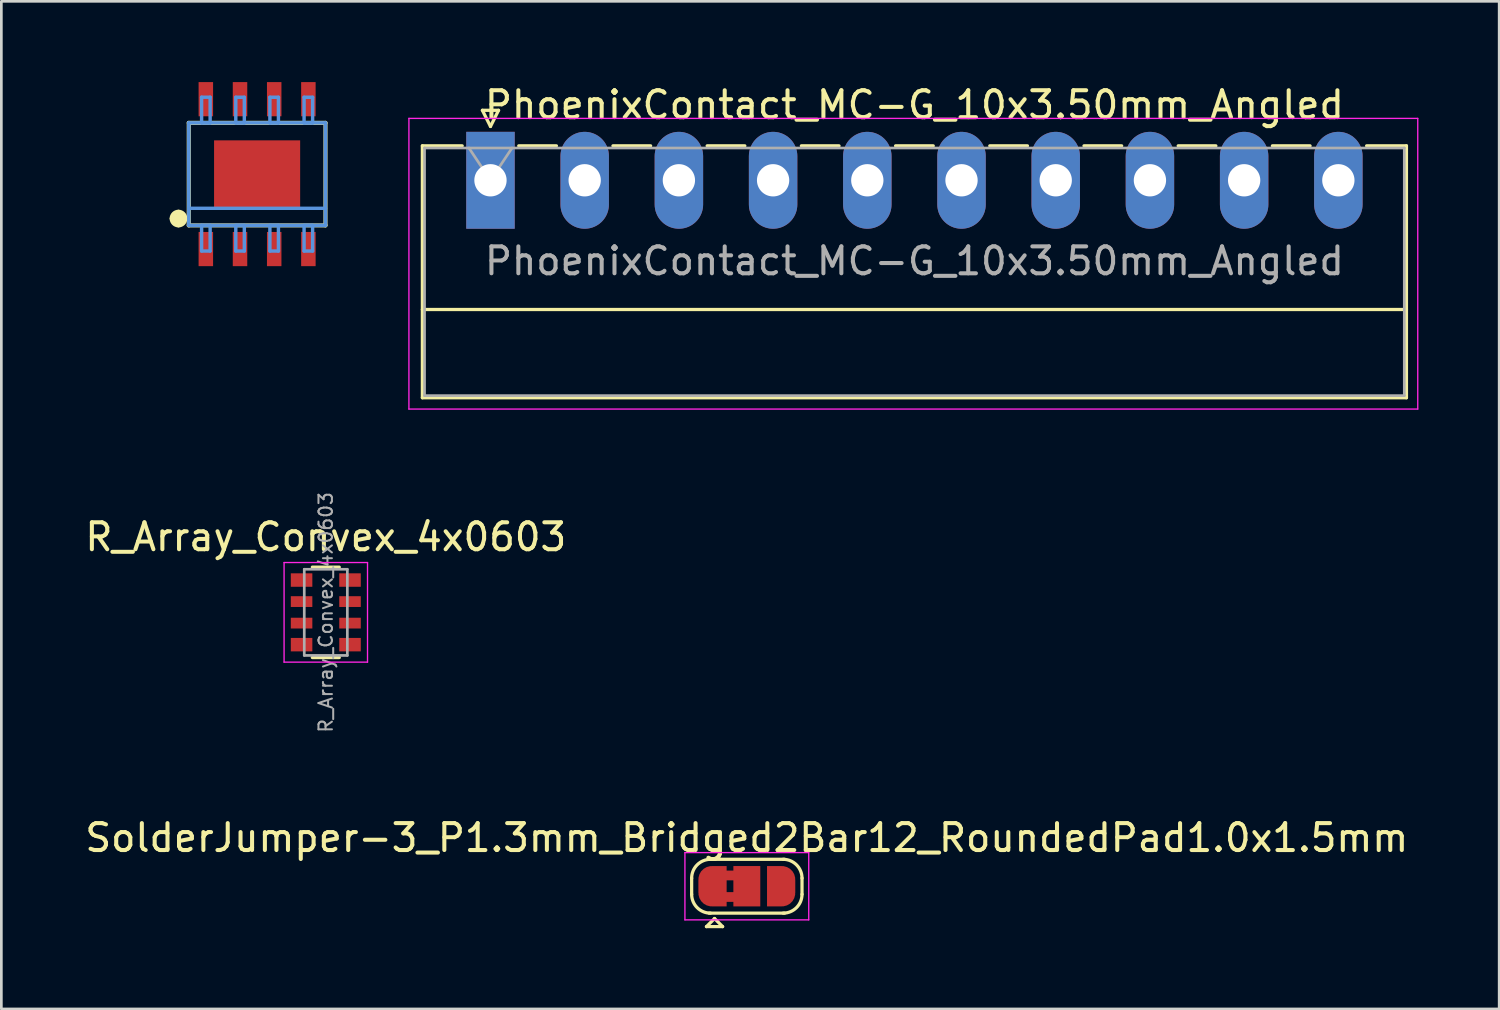
<source format=kicad_pcb>
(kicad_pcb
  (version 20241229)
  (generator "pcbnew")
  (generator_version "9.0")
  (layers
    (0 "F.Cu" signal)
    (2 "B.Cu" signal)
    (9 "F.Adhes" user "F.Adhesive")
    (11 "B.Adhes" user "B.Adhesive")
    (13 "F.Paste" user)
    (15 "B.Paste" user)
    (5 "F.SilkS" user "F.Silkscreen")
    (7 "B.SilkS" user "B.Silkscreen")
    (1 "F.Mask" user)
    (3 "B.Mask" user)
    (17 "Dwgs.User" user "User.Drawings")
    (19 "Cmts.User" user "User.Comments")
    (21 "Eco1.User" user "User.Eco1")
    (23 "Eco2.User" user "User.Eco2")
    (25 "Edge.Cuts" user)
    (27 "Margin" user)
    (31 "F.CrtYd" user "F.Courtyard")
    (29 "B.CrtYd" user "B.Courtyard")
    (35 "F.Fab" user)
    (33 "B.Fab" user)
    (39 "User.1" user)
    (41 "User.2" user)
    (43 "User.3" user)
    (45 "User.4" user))
  (footprint "HSOP8"
    (layer "F.Cu")
    (at 6.502 3.419)
    (property "Reference" "HSOP8" (at -3.302 5.08 0) (layer "Eco1.User") (effects (font (size 1.27 1.27) (thickness 0.102))))
    (attr through_hole)
    (fp_line (start -3.175 1.651) (end -2.667 1.651) (stroke (width 0.15) (type solid)) (layer "F.SilkS"))
    (fp_line (start -3.048 1.524) (end -2.794 1.778) (stroke (width 0.15) (type solid)) (layer "F.SilkS"))
    (fp_line (start -2.921 1.397) (end -2.921 1.905) (stroke (width 0.15) (type solid)) (layer "F.SilkS"))
    (fp_line (start -2.794 1.524) (end -3.048 1.778) (stroke (width 0.15) (type solid)) (layer "F.SilkS"))
    (fp_line (start -2.54 -1.905) (end 2.54 -1.905) (stroke (width 0.15) (type solid)) (layer "F.SilkS"))
    (fp_line (start -2.54 1.905) (end -2.54 -1.905) (stroke (width 0.15) (type solid)) (layer "F.SilkS"))
    (fp_line (start 2.54 -1.905) (end 2.54 1.905) (stroke (width 0.15) (type solid)) (layer "F.SilkS"))
    (fp_line (start 2.54 1.905) (end -2.54 1.905) (stroke (width 0.15) (type solid)) (layer "F.SilkS"))
    (fp_circle (center -2.921 1.651) (end -2.667 1.651) (stroke (width 0.15) (type solid)) (fill no) (layer "F.SilkS"))
    (fp_line (start -2.54 -1.905) (end -2.54 1.27) (stroke (width 0.127) (type solid)) (layer "Cmts.User"))
    (fp_line (start -2.54 1.27) (end -2.54 1.905) (stroke (width 0.127) (type solid)) (layer "Cmts.User"))
    (fp_line (start -2.54 1.27) (end 2.54 1.27) (stroke (width 0.127) (type solid)) (layer "Cmts.User"))
    (fp_line (start -2.54 1.905) (end 2.54 1.905) (stroke (width 0.127) (type solid)) (layer "Cmts.User"))
    (fp_line (start -2.062 -2.857) (end -2.062 -1.905) (stroke (width 0.127) (type solid)) (layer "Cmts.User"))
    (fp_line (start -2.062 -1.905) (end -1.745 -1.905) (stroke (width 0.127) (type solid)) (layer "Cmts.User"))
    (fp_line (start -2.062 1.905) (end -2.062 2.857) (stroke (width 0.127) (type solid)) (layer "Cmts.User"))
    (fp_line (start -2.062 2.857) (end -1.745 2.857) (stroke (width 0.127) (type solid)) (layer "Cmts.User"))
    (fp_line (start -1.745 -2.857) (end -2.062 -2.857) (stroke (width 0.127) (type solid)) (layer "Cmts.User"))
    (fp_line (start -1.745 -1.905) (end -1.745 -2.857) (stroke (width 0.127) (type solid)) (layer "Cmts.User"))
    (fp_line (start -1.745 1.905) (end -2.062 1.905) (stroke (width 0.127) (type solid)) (layer "Cmts.User"))
    (fp_line (start -1.745 2.857) (end -1.745 1.905) (stroke (width 0.127) (type solid)) (layer "Cmts.User"))
    (fp_line (start -0.792 -2.855) (end -0.792 -1.905) (stroke (width 0.127) (type solid)) (layer "Cmts.User"))
    (fp_line (start -0.792 -1.905) (end -0.475 -1.905) (stroke (width 0.127) (type solid)) (layer "Cmts.User"))
    (fp_line (start -0.792 1.905) (end -0.792 2.857) (stroke (width 0.127) (type solid)) (layer "Cmts.User"))
    (fp_line (start -0.792 2.857) (end -0.475 2.857) (stroke (width 0.127) (type solid)) (layer "Cmts.User"))
    (fp_line (start -0.475 -2.855) (end -0.792 -2.855) (stroke (width 0.127) (type solid)) (layer "Cmts.User"))
    (fp_line (start -0.475 -1.905) (end -0.475 -2.855) (stroke (width 0.127) (type solid)) (layer "Cmts.User"))
    (fp_line (start -0.475 1.905) (end -0.792 1.905) (stroke (width 0.127) (type solid)) (layer "Cmts.User"))
    (fp_line (start -0.475 2.857) (end -0.475 1.905) (stroke (width 0.127) (type solid)) (layer "Cmts.User"))
    (fp_line (start 0.475 -2.855) (end 0.475 -1.905) (stroke (width 0.127) (type solid)) (layer "Cmts.User"))
    (fp_line (start 0.475 -1.905) (end 0.792 -1.905) (stroke (width 0.127) (type solid)) (layer "Cmts.User"))
    (fp_line (start 0.475 1.905) (end 0.475 2.857) (stroke (width 0.127) (type solid)) (layer "Cmts.User"))
    (fp_line (start 0.475 2.857) (end 0.792 2.857) (stroke (width 0.127) (type solid)) (layer "Cmts.User"))
    (fp_line (start 0.792 -2.855) (end 0.475 -2.855) (stroke (width 0.127) (type solid)) (layer "Cmts.User"))
    (fp_line (start 0.792 -1.905) (end 0.792 -2.855) (stroke (width 0.127) (type solid)) (layer "Cmts.User"))
    (fp_line (start 0.792 1.905) (end 0.475 1.905) (stroke (width 0.127) (type solid)) (layer "Cmts.User"))
    (fp_line (start 0.792 2.857) (end 0.792 1.905) (stroke (width 0.127) (type solid)) (layer "Cmts.User"))
    (fp_line (start 1.745 -2.855) (end 1.745 -1.905) (stroke (width 0.127) (type solid)) (layer "Cmts.User"))
    (fp_line (start 1.745 -1.905) (end 2.062 -1.905) (stroke (width 0.127) (type solid)) (layer "Cmts.User"))
    (fp_line (start 1.745 1.905) (end 1.745 2.857) (stroke (width 0.127) (type solid)) (layer "Cmts.User"))
    (fp_line (start 1.745 2.857) (end 2.062 2.857) (stroke (width 0.127) (type solid)) (layer "Cmts.User"))
    (fp_line (start 2.062 -2.855) (end 1.745 -2.855) (stroke (width 0.127) (type solid)) (layer "Cmts.User"))
    (fp_line (start 2.062 -1.905) (end 2.062 -2.855) (stroke (width 0.127) (type solid)) (layer "Cmts.User"))
    (fp_line (start 2.062 1.905) (end 1.745 1.905) (stroke (width 0.127) (type solid)) (layer "Cmts.User"))
    (fp_line (start 2.062 2.857) (end 2.062 1.905) (stroke (width 0.127) (type solid)) (layer "Cmts.User"))
    (fp_line (start 2.54 -1.905) (end -2.54 -1.905) (stroke (width 0.127) (type solid)) (layer "Cmts.User"))
    (fp_line (start 2.54 1.27) (end 2.54 -1.905) (stroke (width 0.127) (type solid)) (layer "Cmts.User"))
    (fp_line (start 2.54 1.905) (end 2.54 1.27) (stroke (width 0.127) (type solid)) (layer "Cmts.User"))
    (pad "1" smd rect (at -1.905 2.784) (size 0.538 1.27) (layers "F.Cu" "F.Mask" "F.Paste"))
    (pad "2" smd rect (at -0.635 2.784) (size 0.538 1.27) (layers "F.Cu" "F.Mask" "F.Paste"))
    (pad "3" smd rect (at 0.635 2.784) (size 0.538 1.27) (layers "F.Cu" "F.Mask" "F.Paste"))
    (pad "4" smd rect (at 1.905 2.784) (size 0.538 1.27) (layers "F.Cu" "F.Mask" "F.Paste"))
    (pad "5" smd rect (at 1.905 -2.784) (size 0.538 1.27) (layers "F.Cu" "F.Mask" "F.Paste"))
    (pad "6" smd rect (at 0.635 -2.784) (size 0.538 1.27) (layers "F.Cu" "F.Mask" "F.Paste"))
    (pad "7" smd rect (at -0.635 -2.784) (size 0.538 1.27) (layers "F.Cu" "F.Mask" "F.Paste"))
    (pad "8" smd rect (at -1.905 -2.784) (size 0.538 1.27) (layers "F.Cu" "F.Mask" "F.Paste"))
    (pad "9" smd rect (at 0 0) (size 3.198 2.51) (layers "F.Cu" "F.Mask" "F.Paste")))
  (footprint "PhoenixContact_MC-G_10x3.50mm_Angled"
    (layer "F.Cu")
    (at 15.172 3.648)
    (property "Reference" "PhoenixContact_MC-G_10x3.50mm_Angled" (at 15.75 -2.8 0) (layer "F.SilkS") (effects (font (size 1 1) (thickness 0.15))))
    (attr through_hole)
    (fp_line (start -2.53 -1.28) (end -2.53 8.08) (stroke (width 0.12) (type solid)) (layer "F.SilkS"))
    (fp_line (start -2.53 -1.28) (end -1.05 -1.28) (stroke (width 0.12) (type solid)) (layer "F.SilkS"))
    (fp_line (start -2.53 4.8) (end 34.03 4.8) (stroke (width 0.12) (type solid)) (layer "F.SilkS"))
    (fp_line (start -2.53 8.08) (end 34.03 8.08) (stroke (width 0.12) (type solid)) (layer "F.SilkS"))
    (fp_line (start -0.3 -2.6) (end 0.3 -2.6) (stroke (width 0.12) (type solid)) (layer "F.SilkS"))
    (fp_line (start 0 -2) (end -0.3 -2.6) (stroke (width 0.12) (type solid)) (layer "F.SilkS"))
    (fp_line (start 0.3 -2.6) (end 0 -2) (stroke (width 0.12) (type solid)) (layer "F.SilkS"))
    (fp_line (start 1.05 -1.28) (end 2.45 -1.28) (stroke (width 0.12) (type solid)) (layer "F.SilkS"))
    (fp_line (start 4.55 -1.28) (end 5.95 -1.28) (stroke (width 0.12) (type solid)) (layer "F.SilkS"))
    (fp_line (start 8.05 -1.28) (end 9.45 -1.28) (stroke (width 0.12) (type solid)) (layer "F.SilkS"))
    (fp_line (start 11.55 -1.28) (end 12.95 -1.28) (stroke (width 0.12) (type solid)) (layer "F.SilkS"))
    (fp_line (start 15.05 -1.28) (end 16.45 -1.28) (stroke (width 0.12) (type solid)) (layer "F.SilkS"))
    (fp_line (start 18.55 -1.28) (end 19.95 -1.28) (stroke (width 0.12) (type solid)) (layer "F.SilkS"))
    (fp_line (start 22.05 -1.28) (end 23.45 -1.28) (stroke (width 0.12) (type solid)) (layer "F.SilkS"))
    (fp_line (start 25.55 -1.28) (end 26.95 -1.28) (stroke (width 0.12) (type solid)) (layer "F.SilkS"))
    (fp_line (start 29.05 -1.28) (end 30.45 -1.28) (stroke (width 0.12) (type solid)) (layer "F.SilkS"))
    (fp_line (start 34.03 -1.28) (end 32.55 -1.28) (stroke (width 0.12) (type solid)) (layer "F.SilkS"))
    (fp_line (start 34.03 8.08) (end 34.03 -1.28) (stroke (width 0.12) (type solid)) (layer "F.SilkS"))
    (fp_line (start -3.03 -2.3) (end -3.03 8.5) (stroke (width 0.05) (type solid)) (layer "F.CrtYd"))
    (fp_line (start -3.03 8.5) (end 34.45 8.5) (stroke (width 0.05) (type solid)) (layer "F.CrtYd"))
    (fp_line (start 34.45 -2.3) (end -3.03 -2.3) (stroke (width 0.05) (type solid)) (layer "F.CrtYd"))
    (fp_line (start 34.45 8.5) (end 34.45 -2.3) (stroke (width 0.05) (type solid)) (layer "F.CrtYd"))
    (fp_line (start -2.45 -1.2) (end -2.45 8) (stroke (width 0.1) (type solid)) (layer "F.Fab"))
    (fp_line (start -2.45 8) (end 33.95 8) (stroke (width 0.1) (type solid)) (layer "F.Fab"))
    (fp_line (start 0 0) (end -0.8 -1.2) (stroke (width 0.1) (type solid)) (layer "F.Fab"))
    (fp_line (start 0.8 -1.2) (end 0 0) (stroke (width 0.1) (type solid)) (layer "F.Fab"))
    (fp_line (start 33.95 -1.2) (end -2.45 -1.2) (stroke (width 0.1) (type solid)) (layer "F.Fab"))
    (fp_line (start 33.95 8) (end 33.95 -1.2) (stroke (width 0.1) (type solid)) (layer "F.Fab"))
    (fp_text user "${REFERENCE}" (at 15.75 3 0) (layer "F.Fab") (effects (font (size 1 1) (thickness 0.15))))
    (pad "1" thru_hole rect (at 0 0) (size 1.8 3.6) (drill 1.2) (layers "*.Cu" "*.Mask"))
    (pad "2" thru_hole oval (at 3.5 0) (size 1.8 3.6) (drill 1.2) (layers "*.Cu" "*.Mask"))
    (pad "3" thru_hole oval (at 7 0) (size 1.8 3.6) (drill 1.2) (layers "*.Cu" "*.Mask"))
    (pad "4" thru_hole oval (at 10.5 0) (size 1.8 3.6) (drill 1.2) (layers "*.Cu" "*.Mask"))
    (pad "5" thru_hole oval (at 14 0) (size 1.8 3.6) (drill 1.2) (layers "*.Cu" "*.Mask"))
    (pad "6" thru_hole oval (at 17.5 0) (size 1.8 3.6) (drill 1.2) (layers "*.Cu" "*.Mask"))
    (pad "7" thru_hole oval (at 21 0) (size 1.8 3.6) (drill 1.2) (layers "*.Cu" "*.Mask"))
    (pad "8" thru_hole oval (at 24.5 0) (size 1.8 3.6) (drill 1.2) (layers "*.Cu" "*.Mask"))
    (pad "9" thru_hole oval (at 28 0) (size 1.8 3.6) (drill 1.2) (layers "*.Cu" "*.Mask"))
    (pad "10" thru_hole oval (at 31.5 0) (size 1.8 3.6) (drill 1.2) (layers "*.Cu" "*.Mask")))
  (footprint "R_Array_Convex_4x0603"
    (layer "F.Cu")
    (at 9.054 19.7)
    (property "Reference" "R_Array_Convex_4x0603" (at 0 -2.8 0) (layer "F.SilkS") (effects (font (size 1 1) (thickness 0.15))))
    (attr smd)
    (fp_line (start 0.5 -1.68) (end -0.5 -1.68) (stroke (width 0.12) (type solid)) (layer "F.SilkS"))
    (fp_line (start 0.5 1.68) (end -0.5 1.68) (stroke (width 0.12) (type solid)) (layer "F.SilkS"))
    (fp_line (start -1.55 -1.85) (end -1.55 1.85) (stroke (width 0.05) (type solid)) (layer "F.CrtYd"))
    (fp_line (start -1.55 -1.85) (end 1.55 -1.85) (stroke (width 0.05) (type solid)) (layer "F.CrtYd"))
    (fp_line (start 1.55 1.85) (end -1.55 1.85) (stroke (width 0.05) (type solid)) (layer "F.CrtYd"))
    (fp_line (start 1.55 1.85) (end 1.55 -1.85) (stroke (width 0.05) (type solid)) (layer "F.CrtYd"))
    (fp_line (start -0.8 -1.6) (end 0.8 -1.6) (stroke (width 0.1) (type solid)) (layer "F.Fab"))
    (fp_line (start -0.8 1.6) (end -0.8 -1.6) (stroke (width 0.1) (type solid)) (layer "F.Fab"))
    (fp_line (start 0.8 -1.6) (end 0.8 1.6) (stroke (width 0.1) (type solid)) (layer "F.Fab"))
    (fp_line (start 0.8 1.6) (end -0.8 1.6) (stroke (width 0.1) (type solid)) (layer "F.Fab"))
    (fp_text user "${REFERENCE}" (at 0 0 90) (layer "F.Fab") (effects (font (size 0.5 0.5) (thickness 0.075))))
    (pad "1" smd rect (at -0.9 -1.2) (size 0.8 0.5) (layers "F.Cu" "F.Mask" "F.Paste"))
    (pad "2" smd rect (at -0.9 -0.4) (size 0.8 0.4) (layers "F.Cu" "F.Mask" "F.Paste"))
    (pad "3" smd rect (at -0.9 0.4) (size 0.8 0.4) (layers "F.Cu" "F.Mask" "F.Paste"))
    (pad "4" smd rect (at -0.9 1.2) (size 0.8 0.5) (layers "F.Cu" "F.Mask" "F.Paste"))
    (pad "5" smd rect (at 0.9 1.2) (size 0.8 0.5) (layers "F.Cu" "F.Mask" "F.Paste"))
    (pad "6" smd rect (at 0.9 0.4) (size 0.8 0.4) (layers "F.Cu" "F.Mask" "F.Paste"))
    (pad "7" smd rect (at 0.9 -0.4) (size 0.8 0.4) (layers "F.Cu" "F.Mask" "F.Paste"))
    (pad "8" smd rect (at 0.9 -1.2) (size 0.8 0.5) (layers "F.Cu" "F.Mask" "F.Paste")))
  (footprint "SolderJumper-3_P1.3mm_Bridged2Bar12_RoundedPad1.0x1.5mm"
    (layer "F.Cu")
    (at 24.696 29.875)
    (property "Reference" "SolderJumper-3_P1.3mm_Bridged2Bar12_RoundedPad1.0x1.5mm" (at 0 -1.8 180) (layer "F.SilkS") (effects (font (size 1 1) (thickness 0.15))))
    (attr exclude_from_pos_files)
    (fp_line (start -2.05 0.3) (end -2.05 -0.3) (stroke (width 0.12) (type solid)) (layer "F.SilkS"))
    (fp_line (start -1.5 1.5) (end -0.9 1.5) (stroke (width 0.12) (type solid)) (layer "F.SilkS"))
    (fp_line (start -1.4 -1) (end 1.4 -1) (stroke (width 0.12) (type solid)) (layer "F.SilkS"))
    (fp_line (start -1.2 1.2) (end -1.5 1.5) (stroke (width 0.12) (type solid)) (layer "F.SilkS"))
    (fp_line (start -1.2 1.2) (end -0.9 1.5) (stroke (width 0.12) (type solid)) (layer "F.SilkS"))
    (fp_line (start 1.4 1) (end -1.4 1) (stroke (width 0.12) (type solid)) (layer "F.SilkS"))
    (fp_line (start 2.05 -0.3) (end 2.05 0.3) (stroke (width 0.12) (type solid)) (layer "F.SilkS"))
    (fp_arc (start -2.05 -0.3) (mid -1.844975 -0.794975) (end -1.35 -1) (stroke (width 0.12) (type solid)) (layer "F.SilkS"))
    (fp_arc (start -1.35 1) (mid -1.844975 0.794975) (end -2.05 0.3) (stroke (width 0.12) (type solid)) (layer "F.SilkS"))
    (fp_arc (start 1.35 -1) (mid 1.844975 -0.794975) (end 2.05 -0.3) (stroke (width 0.12) (type solid)) (layer "F.SilkS"))
    (fp_arc (start 2.05 0.3) (mid 1.844975 0.794975) (end 1.35 1) (stroke (width 0.12) (type solid)) (layer "F.SilkS"))
    (fp_line (start -2.3 -1.25) (end -2.3 1.25) (stroke (width 0.05) (type solid)) (layer "F.CrtYd"))
    (fp_line (start -2.3 -1.25) (end 2.3 -1.25) (stroke (width 0.05) (type solid)) (layer "F.CrtYd"))
    (fp_line (start 2.3 1.25) (end -2.3 1.25) (stroke (width 0.05) (type solid)) (layer "F.CrtYd"))
    (fp_line (start 2.3 1.25) (end 2.3 -1.25) (stroke (width 0.05) (type solid)) (layer "F.CrtYd"))
    (pad "1" smd custom (at -1.3 0) (size 1 0.5) (layers "F.Cu" "F.Mask") (options (anchor rect)) (primitives (gr_circle (center 0 0.25) (end 0.5 0.25) (width 0) (fill yes)) (gr_circle (center 0 -0.25) (end 0.5 -0.25) (width 0) (fill yes)) (gr_poly (pts (xy 0.55 -0.75) (xy 0 -0.75) (xy 0 0.75) (xy 0.55 0.75)) (width 0) (fill yes))))
    (pad "1" smd rect (at -0.6 -0.4) (size 0.762 0.362) (layers "F.Cu" "F.Mask" "F.Paste"))
    (pad "1" smd rect (at -0.6 0.4) (size 0.762 0.362) (layers "F.Cu" "F.Mask" "F.Paste"))
    (pad "2" smd rect (at 0 0) (size 1 1.5) (layers "F.Cu" "F.Mask"))
    (pad "3" smd custom (at 1.3 0) (size 1 0.5) (layers "F.Cu" "F.Mask") (options (anchor rect)) (primitives (gr_circle (center 0 0.25) (end 0.5 0.25) (width 0) (fill yes)) (gr_circle (center 0 -0.25) (end 0.5 -0.25) (width 0) (fill yes)) (gr_poly (pts (xy -0.55 -0.75) (xy 0 -0.75) (xy 0 0.75) (xy -0.55 0.75)) (width 0) (fill yes)))))
  (gr_rect
    (start -3 -3)
    (end 52.647 34.435)
    (stroke (width 0.1) (type default))
    (fill no)
    (layer "Edge.Cuts")))
</source>
